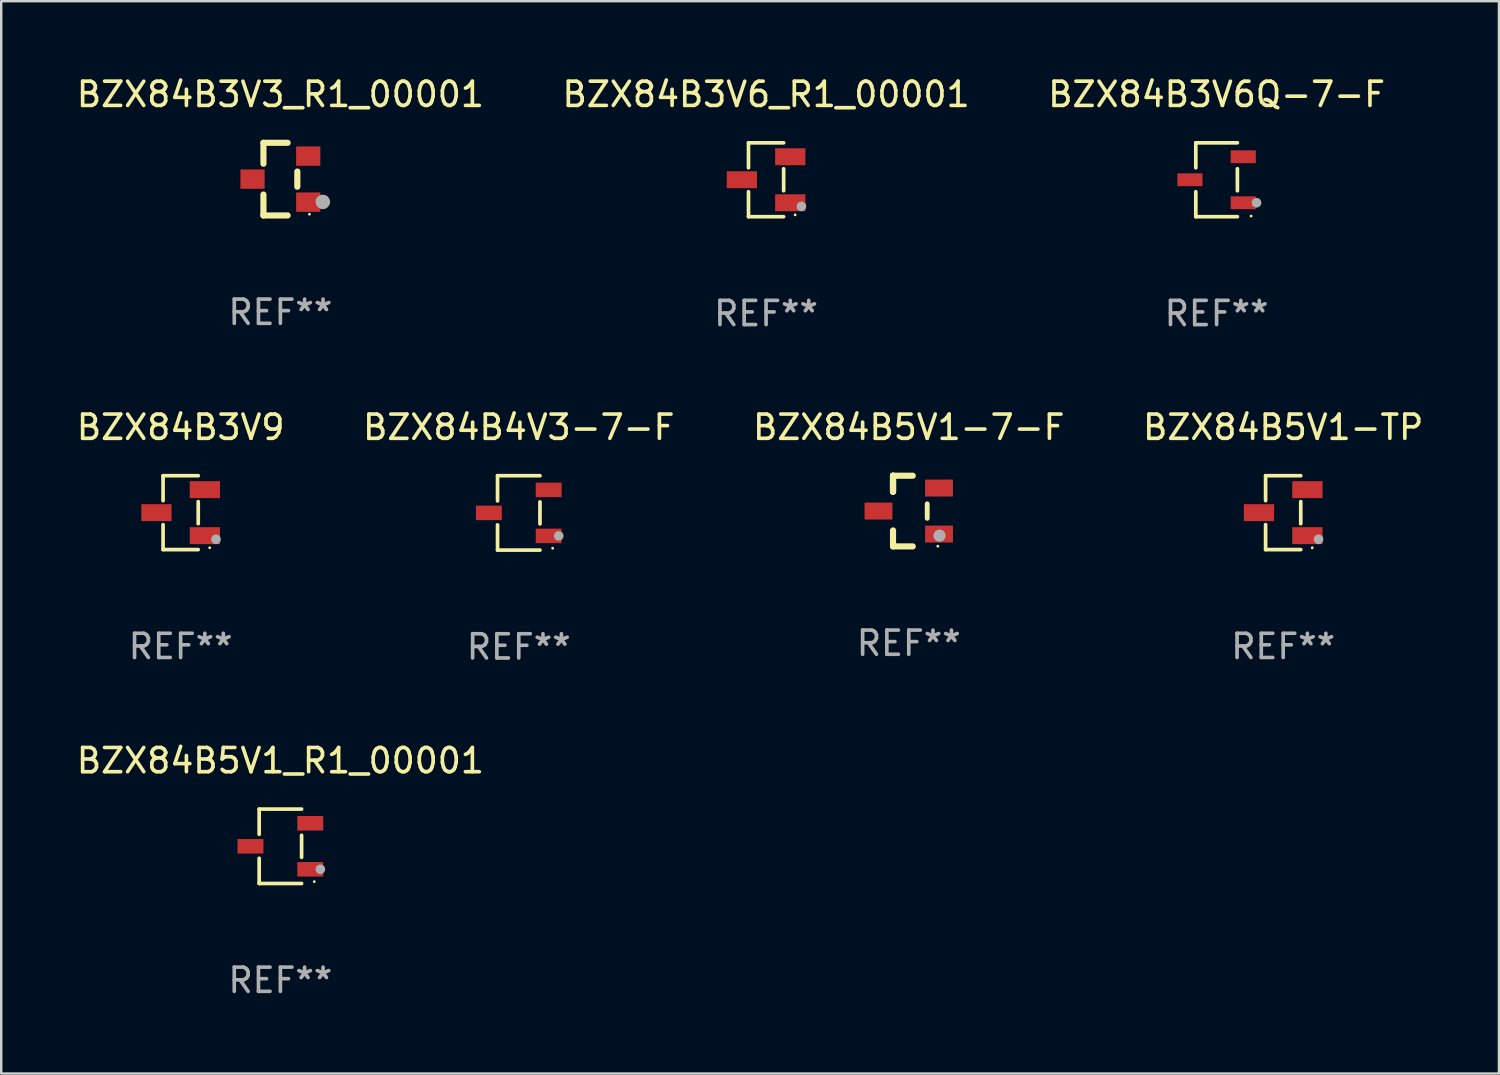
<source format=kicad_pcb>
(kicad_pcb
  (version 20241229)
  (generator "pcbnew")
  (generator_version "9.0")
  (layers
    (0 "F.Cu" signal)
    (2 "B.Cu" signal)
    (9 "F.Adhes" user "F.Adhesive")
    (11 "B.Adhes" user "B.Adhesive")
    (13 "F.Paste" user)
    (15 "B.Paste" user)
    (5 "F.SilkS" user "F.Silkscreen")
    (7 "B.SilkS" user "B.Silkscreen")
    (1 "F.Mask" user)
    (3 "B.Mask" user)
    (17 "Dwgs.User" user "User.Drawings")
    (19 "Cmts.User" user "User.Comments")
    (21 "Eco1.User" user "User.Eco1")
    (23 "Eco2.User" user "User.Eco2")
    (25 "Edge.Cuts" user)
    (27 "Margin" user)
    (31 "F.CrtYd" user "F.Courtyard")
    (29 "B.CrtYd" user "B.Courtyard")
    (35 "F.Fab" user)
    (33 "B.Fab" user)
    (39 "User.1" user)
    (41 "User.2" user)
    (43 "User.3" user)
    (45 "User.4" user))
  (footprint "BZX84B3V9"
    (layer "F.Cu")
    (at 4.411 18.123)
    (property "Reference" "BZX84B3V9" (at 0 -3.526 0) (layer "F.SilkS") (effects (font (size 1 1) (thickness 0.15))))
    (attr through_hole)
    (fp_line (start -0.726 -1.526) (end -0.726 -0.495) (stroke (width 0.152) (type solid)) (layer "F.SilkS"))
    (fp_line (start -0.726 1.526) (end -0.726 0.495) (stroke (width 0.152) (type solid)) (layer "F.SilkS"))
    (fp_line (start 0.726 -1.526) (end -0.726 -1.526) (stroke (width 0.152) (type solid)) (layer "F.SilkS"))
    (fp_line (start 0.726 -0.455) (end 0.726 0.455) (stroke (width 0.152) (type solid)) (layer "F.SilkS"))
    (fp_line (start 0.726 1.526) (end -0.726 1.526) (stroke (width 0.152) (type solid)) (layer "F.SilkS"))
    (fp_circle (center 1.2 1.45) (end 1.23 1.45) (stroke (width 0.06) (type solid)) (fill no) (layer "F.SilkS"))
    (fp_circle (center 1.46 1.1) (end 1.56 1.1) (stroke (width 0.2) (type solid)) (fill no) (layer "F.Fab"))
    (fp_text user "REF**" (at 0 5.526 0) (layer "F.Fab") (effects (font (size 1 1) (thickness 0.15))))
    (pad "1" smd rect (at 1 0.95) (size 1.25 0.7) (layers "F.Cu" "F.Mask" "F.Paste"))
    (pad "2" smd rect (at 1 -0.95) (size 1.25 0.7) (layers "F.Cu" "F.Mask" "F.Paste"))
    (pad "3" smd rect (at -1 0) (size 1.25 0.7) (layers "F.Cu" "F.Mask" "F.Paste")))
  (footprint "BZX84B5V1-TP"
    (layer "F.Cu")
    (at 49.946 18.123)
    (property "Reference" "BZX84B5V1-TP" (at 0 -3.526 0) (layer "F.SilkS") (effects (font (size 1 1) (thickness 0.15))))
    (attr through_hole)
    (fp_line (start -0.726 -1.526) (end -0.726 -0.495) (stroke (width 0.152) (type solid)) (layer "F.SilkS"))
    (fp_line (start -0.726 1.526) (end -0.726 0.495) (stroke (width 0.152) (type solid)) (layer "F.SilkS"))
    (fp_line (start 0.726 -1.526) (end -0.726 -1.526) (stroke (width 0.152) (type solid)) (layer "F.SilkS"))
    (fp_line (start 0.726 -0.455) (end 0.726 0.455) (stroke (width 0.152) (type solid)) (layer "F.SilkS"))
    (fp_line (start 0.726 1.526) (end -0.726 1.526) (stroke (width 0.152) (type solid)) (layer "F.SilkS"))
    (fp_circle (center 1.2 1.45) (end 1.23 1.45) (stroke (width 0.06) (type solid)) (fill no) (layer "F.SilkS"))
    (fp_circle (center 1.46 1.1) (end 1.56 1.1) (stroke (width 0.2) (type solid)) (fill no) (layer "F.Fab"))
    (fp_text user "REF**" (at 0 5.526 0) (layer "F.Fab") (effects (font (size 1 1) (thickness 0.15))))
    (pad "1" smd rect (at 1 0.95) (size 1.25 0.7) (layers "F.Cu" "F.Mask" "F.Paste"))
    (pad "2" smd rect (at 1 -0.95) (size 1.25 0.7) (layers "F.Cu" "F.Mask" "F.Paste"))
    (pad "3" smd rect (at -1 0) (size 1.25 0.7) (layers "F.Cu" "F.Mask" "F.Paste")))
  (footprint "BZX84B4V3-7-F"
    (layer "F.Cu")
    (at 18.375 18.133)
    (property "Reference" "BZX84B4V3-7-F" (at 0 -3.536 0) (layer "F.SilkS") (effects (font (size 1 1) (thickness 0.15))))
    (attr through_hole)
    (fp_line (start -0.876 -1.536) (end -0.876 -0.495) (stroke (width 0.152) (type solid)) (layer "F.SilkS"))
    (fp_line (start -0.876 1.536) (end -0.876 0.495) (stroke (width 0.152) (type solid)) (layer "F.SilkS"))
    (fp_line (start 0.876 -1.536) (end -0.876 -1.536) (stroke (width 0.152) (type solid)) (layer "F.SilkS"))
    (fp_line (start 0.876 -0.455) (end 0.876 0.455) (stroke (width 0.152) (type solid)) (layer "F.SilkS"))
    (fp_line (start 0.876 1.536) (end -0.876 1.536) (stroke (width 0.152) (type solid)) (layer "F.SilkS"))
    (fp_circle (center 1.4 1.46) (end 1.43 1.46) (stroke (width 0.06) (type solid)) (fill no) (layer "F.SilkS"))
    (fp_circle (center 1.651 0.95) (end 1.751 0.95) (stroke (width 0.2) (type solid)) (fill no) (layer "F.Fab"))
    (fp_text user "REF**" (at 0 5.536 0) (layer "F.Fab") (effects (font (size 1 1) (thickness 0.15))))
    (pad "1" smd rect (at 1.235 0.95) (size 1.07 0.6) (layers "F.Cu" "F.Mask" "F.Paste"))
    (pad "2" smd rect (at 1.235 -0.95) (size 1.07 0.6) (layers "F.Cu" "F.Mask" "F.Paste"))
    (pad "3" smd rect (at -1.235 0) (size 1.07 0.6) (layers "F.Cu" "F.Mask" "F.Paste")))
  (footprint "BZX84B3V6Q-7-F"
    (layer "F.Cu")
    (at 47.196 4.374)
    (property "Reference" "BZX84B3V6Q-7-F" (at 0 -3.526 0) (layer "F.SilkS") (effects (font (size 1 1) (thickness 0.15))))
    (attr through_hole)
    (fp_line (start -0.859 -1.526) (end -0.859 -0.495) (stroke (width 0.152) (type solid)) (layer "F.SilkS"))
    (fp_line (start -0.859 1.526) (end -0.859 0.495) (stroke (width 0.152) (type solid)) (layer "F.SilkS"))
    (fp_line (start 0.859 -1.526) (end -0.859 -1.526) (stroke (width 0.152) (type solid)) (layer "F.SilkS"))
    (fp_line (start 0.859 -0.455) (end 0.859 0.455) (stroke (width 0.152) (type solid)) (layer "F.SilkS"))
    (fp_line (start 0.859 1.526) (end -0.859 1.526) (stroke (width 0.152) (type solid)) (layer "F.SilkS"))
    (fp_circle (center 1.425 1.5) (end 1.455 1.5) (stroke (width 0.06) (type solid)) (fill no) (layer "F.SilkS"))
    (fp_circle (center 1.65 0.95) (end 1.75 0.95) (stroke (width 0.2) (type solid)) (fill no) (layer "F.Fab"))
    (fp_text user "REF**" (at 0 5.526 0) (layer "F.Fab") (effects (font (size 1 1) (thickness 0.15))))
    (pad "1" smd rect (at 1.101 0.95) (size 1.037 0.532) (layers "F.Cu" "F.Mask" "F.Paste"))
    (pad "2" smd rect (at 1.101 -0.95) (size 1.037 0.532) (layers "F.Cu" "F.Mask" "F.Paste"))
    (pad "3" smd rect (at -1.101 0) (size 1.037 0.532) (layers "F.Cu" "F.Mask" "F.Paste")))
  (footprint "BZX84B3V3_R1_00001"
    (layer "F.Cu")
    (at 8.53 4.348)
    (property "Reference" "BZX84B3V3_R1_00001" (at 0 -3.5 0) (layer "F.SilkS") (effects (font (size 1 1) (thickness 0.15))))
    (attr through_hole)
    (fp_line (start -0.7 -1.5) (end 0.3 -1.5) (stroke (width 0.254) (type solid)) (layer "F.SilkS"))
    (fp_line (start -0.7 -0.636) (end -0.7 -1.5) (stroke (width 0.254) (type solid)) (layer "F.SilkS"))
    (fp_line (start -0.7 1.5) (end -0.7 0.636) (stroke (width 0.254) (type solid)) (layer "F.SilkS"))
    (fp_line (start -0.7 1.5) (end 0.3 1.5) (stroke (width 0.254) (type solid)) (layer "F.SilkS"))
    (fp_line (start 0.7 0.314) (end 0.7 -0.314) (stroke (width 0.254) (type solid)) (layer "F.SilkS"))
    (fp_circle (center 1.2 1.45) (end 1.23 1.45) (stroke (width 0.06) (type solid)) (fill no) (layer "F.SilkS"))
    (fp_circle (center 1.753 0.94) (end 1.903 0.94) (stroke (width 0.3) (type solid)) (fill no) (layer "F.Fab"))
    (fp_text user "REF**" (at 0 5.5 0) (layer "F.Fab") (effects (font (size 1 1) (thickness 0.15))))
    (pad "1" smd rect (at 1.15 0.95 180) (size 1 0.8) (layers "F.Cu" "F.Mask" "F.Paste"))
    (pad "2" smd rect (at 1.15 -0.95 180) (size 1 0.8) (layers "F.Cu" "F.Mask" "F.Paste"))
    (pad "3" smd rect (at -1.15 -0.000051 180) (size 1 0.8) (layers "F.Cu" "F.Mask" "F.Paste")))
  (footprint "BZX84B3V6_R1_00001"
    (layer "F.Cu")
    (at 28.589 4.374)
    (property "Reference" "BZX84B3V6_R1_00001" (at 0 -3.526 0) (layer "F.SilkS") (effects (font (size 1 1) (thickness 0.15))))
    (attr through_hole)
    (fp_line (start -0.726 -1.526) (end -0.726 -0.495) (stroke (width 0.152) (type solid)) (layer "F.SilkS"))
    (fp_line (start -0.726 1.526) (end -0.726 0.495) (stroke (width 0.152) (type solid)) (layer "F.SilkS"))
    (fp_line (start 0.726 -1.526) (end -0.726 -1.526) (stroke (width 0.152) (type solid)) (layer "F.SilkS"))
    (fp_line (start 0.726 -0.455) (end 0.726 0.455) (stroke (width 0.152) (type solid)) (layer "F.SilkS"))
    (fp_line (start 0.726 1.526) (end -0.726 1.526) (stroke (width 0.152) (type solid)) (layer "F.SilkS"))
    (fp_circle (center 1.2 1.45) (end 1.23 1.45) (stroke (width 0.06) (type solid)) (fill no) (layer "F.SilkS"))
    (fp_circle (center 1.46 1.1) (end 1.56 1.1) (stroke (width 0.2) (type solid)) (fill no) (layer "F.Fab"))
    (fp_text user "REF**" (at 0 5.526 0) (layer "F.Fab") (effects (font (size 1 1) (thickness 0.15))))
    (pad "1" smd rect (at 1 0.95) (size 1.25 0.7) (layers "F.Cu" "F.Mask" "F.Paste"))
    (pad "2" smd rect (at 1 -0.95) (size 1.25 0.7) (layers "F.Cu" "F.Mask" "F.Paste"))
    (pad "3" smd rect (at -1 0) (size 1.25 0.7) (layers "F.Cu" "F.Mask" "F.Paste")))
  (footprint "BZX84B5V1-7-F"
    (layer "F.Cu")
    (at 34.482 18.057)
    (property "Reference" "BZX84B5V1-7-F" (at 0 -3.46 0) (layer "F.SilkS") (effects (font (size 1 1) (thickness 0.15))))
    (attr through_hole)
    (fp_line (start -0.65 -1.46) (end -0.65 -0.8) (stroke (width 0.254) (type solid)) (layer "F.SilkS"))
    (fp_line (start -0.65 -1.46) (end 0.165 -1.46) (stroke (width 0.254) (type solid)) (layer "F.SilkS"))
    (fp_line (start -0.65 -0.8) (end -0.65 -1.46) (stroke (width 0.254) (type solid)) (layer "F.SilkS"))
    (fp_line (start -0.65 -0.8) (end -0.65 -1.46) (stroke (width 0.254) (type solid)) (layer "F.SilkS"))
    (fp_line (start -0.65 1.46) (end -0.65 0.8) (stroke (width 0.254) (type solid)) (layer "F.SilkS"))
    (fp_line (start 0.165 1.46) (end -0.65 1.46) (stroke (width 0.254) (type solid)) (layer "F.SilkS"))
    (fp_line (start 0.762 0.3) (end 0.762 -0.3) (stroke (width 0.2) (type solid)) (layer "F.SilkS"))
    (fp_circle (center 1.2 1.45) (end 1.23 1.45) (stroke (width 0.06) (type solid)) (fill no) (layer "F.SilkS"))
    (fp_circle (center 1.27 1.016) (end 1.397 1.016) (stroke (width 0.254) (type solid)) (fill no) (layer "F.Fab"))
    (fp_text user "REF**" (at 0 5.46 0) (layer "F.Fab") (effects (font (size 1 1) (thickness 0.15))))
    (pad "1" smd rect (at 1.25 0.95) (size 1.15 0.7) (layers "F.Cu" "F.Mask" "F.Paste"))
    (pad "2" smd rect (at -1.25 0) (size 1.15 0.7) (layers "F.Cu" "F.Mask" "F.Paste"))
    (pad "3" smd rect (at 1.25 -0.95) (size 1.15 0.7) (layers "F.Cu" "F.Mask" "F.Paste")))
  (footprint "BZX84B5V1_R1_00001"
    (layer "F.Cu")
    (at 8.53 31.902)
    (property "Reference" "BZX84B5V1_R1_00001" (at 0 -3.536 0) (layer "F.SilkS") (effects (font (size 1 1) (thickness 0.15))))
    (attr through_hole)
    (fp_line (start -0.876 -1.536) (end -0.876 -0.495) (stroke (width 0.152) (type solid)) (layer "F.SilkS"))
    (fp_line (start -0.876 1.536) (end -0.876 0.495) (stroke (width 0.152) (type solid)) (layer "F.SilkS"))
    (fp_line (start 0.876 -1.536) (end -0.876 -1.536) (stroke (width 0.152) (type solid)) (layer "F.SilkS"))
    (fp_line (start 0.876 -0.455) (end 0.876 0.455) (stroke (width 0.152) (type solid)) (layer "F.SilkS"))
    (fp_line (start 0.876 1.536) (end -0.876 1.536) (stroke (width 0.152) (type solid)) (layer "F.SilkS"))
    (fp_circle (center 1.4 1.46) (end 1.43 1.46) (stroke (width 0.06) (type solid)) (fill no) (layer "F.SilkS"))
    (fp_circle (center 1.651 0.95) (end 1.751 0.95) (stroke (width 0.2) (type solid)) (fill no) (layer "F.Fab"))
    (fp_text user "REF**" (at 0 5.536 0) (layer "F.Fab") (effects (font (size 1 1) (thickness 0.15))))
    (pad "1" smd rect (at 1.235 0.95) (size 1.07 0.6) (layers "F.Cu" "F.Mask" "F.Paste"))
    (pad "2" smd rect (at 1.235 -0.95) (size 1.07 0.6) (layers "F.Cu" "F.Mask" "F.Paste"))
    (pad "3" smd rect (at -1.235 0) (size 1.07 0.6) (layers "F.Cu" "F.Mask" "F.Paste")))
  (gr_rect
    (start -3 -3)
    (end 58.857 41.287)
    (stroke (width 0.1) (type default))
    (fill no)
    (layer "Edge.Cuts")))
</source>
